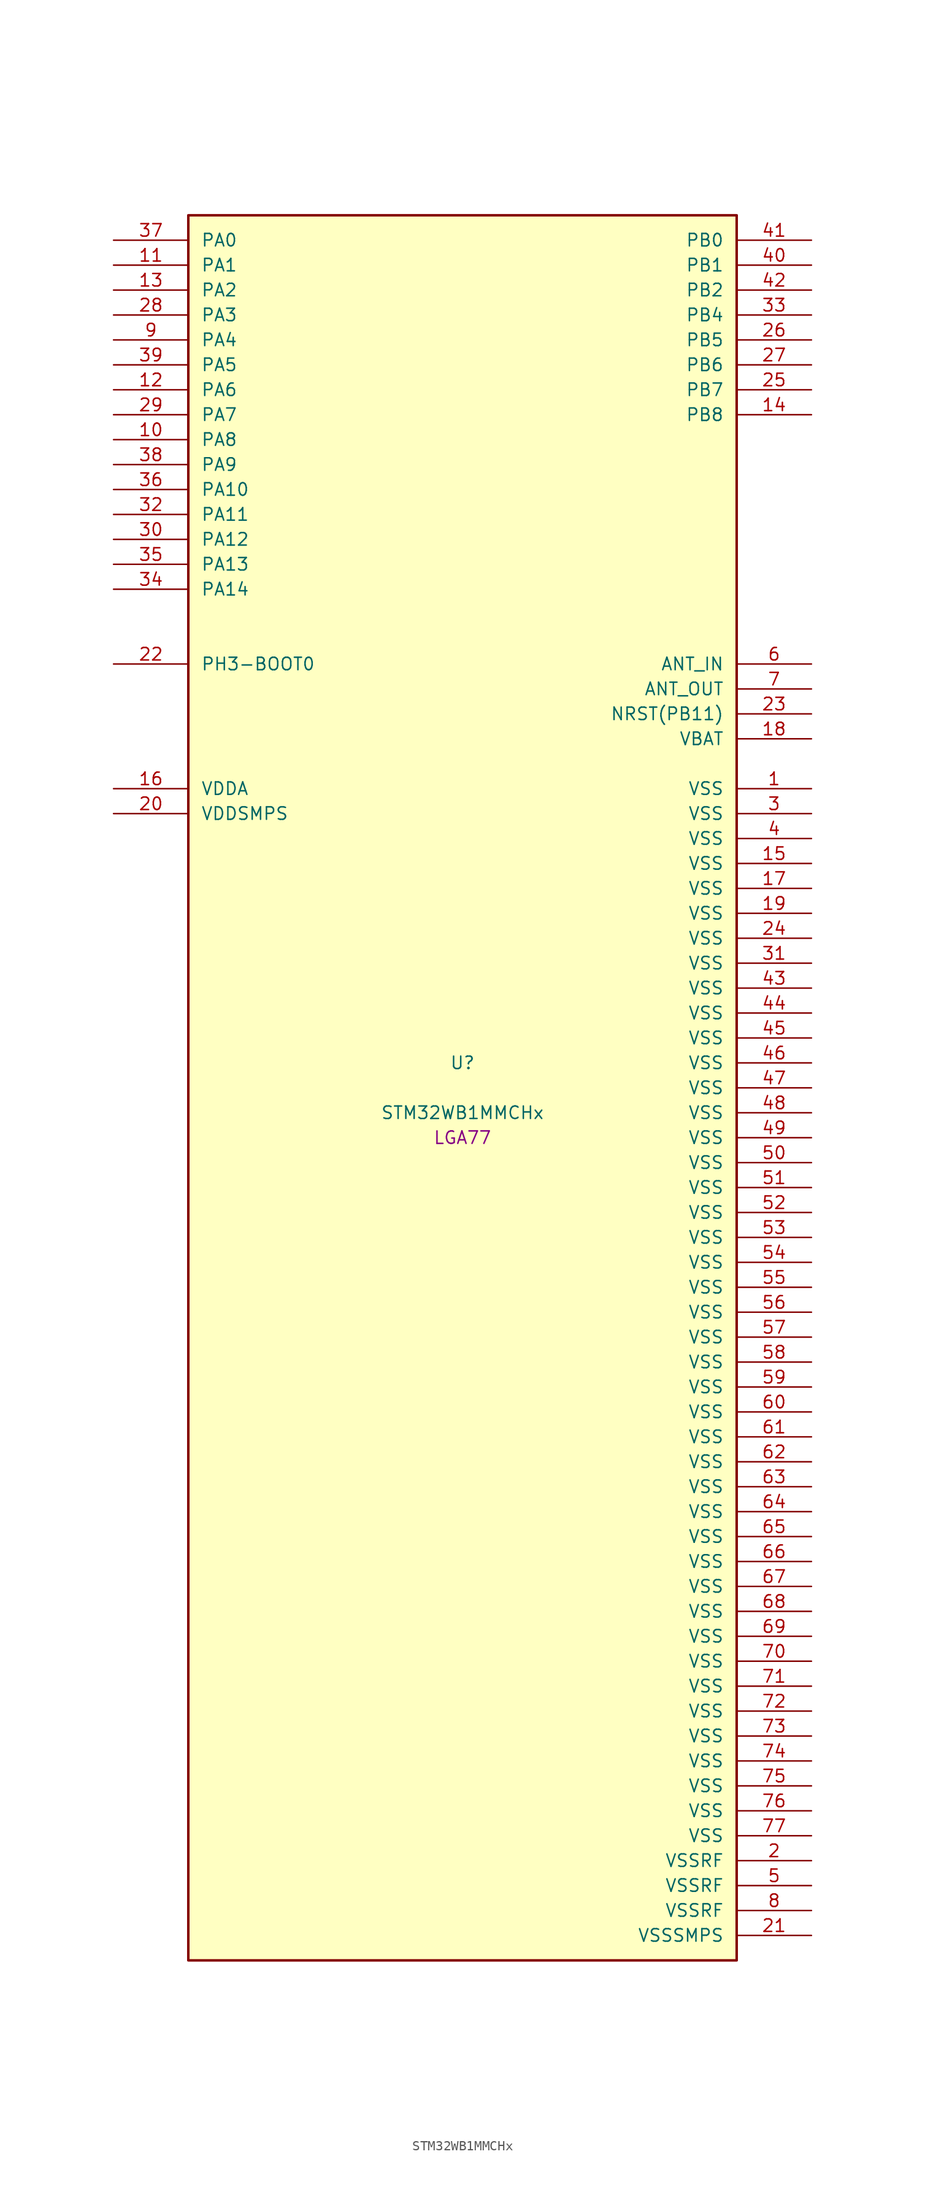
<source format=kicad_sym>
(kicad_symbol_lib
  (version 20241209)
  (generator "stm32_pkl_generator")
  (generator_version "1.0")
  (symbol "STM32WB1MMCHx"
    (pin_names
      (offset 1.27))
    (property "Reference" "U"
      (at 0 2.54 0))
    (property "Value" "STM32WB1MMCHx"
      (at 0 -2.54 0))
    (property "Footprint" "LGA77"
      (at 0 -5.08 0))
    (symbol "STM32WB1MMCHx_1_1"
      (rectangle (start -27.94 88.9) (end 27.94 -88.9) (stroke (width 0.254) (type solid)) (fill (type background)))
      (pin bidirectional line (at -35.56 86.36 0) (length 7.62) (name "PA0") (number "37") (alternate "PA0/ADC1_IN5" bidirectional line) (alternate "PA0/COMP1_INM" bidirectional line) (alternate "PA0/COMP1_OUT" bidirectional line) (alternate "PA0/RTC_TAMP2" bidirectional line) (alternate "PA0/SYS_WKUP1" bidirectional line) (alternate "PA0/TIM2_CH1" bidirectional line) (alternate "PA0/TIM2_ETR" bidirectional line))
      (pin bidirectional line (at -35.56 83.82 0) (length 7.62) (name "PA1") (number "11") (alternate "PA1/ADC1_IN6" bidirectional line) (alternate "PA1/COMP1_INP" bidirectional line) (alternate "PA1/I2C1_SMBA" bidirectional line) (alternate "PA1/SPI1_SCK" bidirectional line) (alternate "PA1/TIM2_CH2" bidirectional line))
      (pin bidirectional line (at -35.56 81.28 0) (length 7.62) (name "PA2") (number "13") (alternate "PA2/ADC1_IN7" bidirectional line) (alternate "PA2/LPUART1_TX" bidirectional line) (alternate "PA2/RCC_LSCO" bidirectional line) (alternate "PA2/SYS_WKUP4" bidirectional line) (alternate "PA2/TIM2_CH3" bidirectional line))
      (pin bidirectional line (at -35.56 78.74 0) (length 7.62) (name "PA3") (number "28") (alternate "PA3/ADC1_IN8" bidirectional line) (alternate "PA3/LPUART1_RX" bidirectional line) (alternate "PA3/TIM2_CH4" bidirectional line))
      (pin bidirectional line (at -35.56 76.2 0) (length 7.62) (name "PA4") (number "9") (alternate "PA4/ADC1_IN9" bidirectional line) (alternate "PA4/COMP1_INM" bidirectional line) (alternate "PA4/LPTIM2_OUT" bidirectional line) (alternate "PA4/SPI1_NSS" bidirectional line))
      (pin bidirectional line (at -35.56 73.66 0) (length 7.62) (name "PA5") (number "39") (alternate "PA5/ADC1_IN10" bidirectional line) (alternate "PA5/COMP1_INM" bidirectional line) (alternate "PA5/LPTIM2_ETR" bidirectional line) (alternate "PA5/SPI1_MOSI" bidirectional line) (alternate "PA5/SPI1_SCK" bidirectional line) (alternate "PA5/TIM2_CH1" bidirectional line) (alternate "PA5/TIM2_ETR" bidirectional line))
      (pin bidirectional line (at -35.56 71.12 0) (length 7.62) (name "PA6") (number "12") (alternate "PA6/ADC1_IN11" bidirectional line) (alternate "PA6/LPUART1_CTS" bidirectional line) (alternate "PA6/SPI1_MISO" bidirectional line) (alternate "PA6/TIM1_BKIN" bidirectional line))
      (pin bidirectional line (at -35.56 68.58 0) (length 7.62) (name "PA7") (number "29") (alternate "PA7/ADC1_IN2" bidirectional line) (alternate "PA7/SPI1_MOSI" bidirectional line) (alternate "PA7/TIM1_CH1N" bidirectional line))
      (pin bidirectional line (at -35.56 66.04 0) (length 7.62) (name "PA8") (number "10") (alternate "PA8/ADC1_IN3" bidirectional line) (alternate "PA8/LPTIM2_OUT" bidirectional line) (alternate "PA8/RCC_MCO" bidirectional line) (alternate "PA8/TIM1_CH1" bidirectional line) (alternate "PA8/USART1_CK" bidirectional line))
      (pin bidirectional line (at -35.56 63.5 0) (length 7.62) (name "PA9") (number "38") (alternate "PA9/ADC1_IN4" bidirectional line) (alternate "PA9/COMP1_INM" bidirectional line) (alternate "PA9/I2C1_SCL" bidirectional line) (alternate "PA9/TIM1_CH2" bidirectional line) (alternate "PA9/USART1_TX" bidirectional line))
      (pin bidirectional line (at -35.56 60.96 0) (length 7.62) (name "PA10") (number "36") (alternate "PA10/I2C1_SDA" bidirectional line) (alternate "PA10/TIM1_CH3" bidirectional line) (alternate "PA10/TSC_G7_IO2" bidirectional line) (alternate "PA10/USART1_RX" bidirectional line))
      (pin bidirectional line (at -35.56 58.42 0) (length 7.62) (name "PA11") (number "32") (alternate "PA11/ADC1_EXTI11" bidirectional line) (alternate "PA11/SPI1_MISO" bidirectional line) (alternate "PA11/TIM1_BKIN2" bidirectional line) (alternate "PA11/TIM1_CH4" bidirectional line) (alternate "PA11/USART1_CTS" bidirectional line) (alternate "PA11/USART1_NSS" bidirectional line))
      (pin bidirectional line (at -35.56 55.88 0) (length 7.62) (name "PA12") (number "30") (alternate "PA12/LPUART1_RX" bidirectional line) (alternate "PA12/SPI1_MOSI" bidirectional line) (alternate "PA12/TIM1_ETR" bidirectional line) (alternate "PA12/USART1_DE" bidirectional line) (alternate "PA12/USART1_RTS" bidirectional line))
      (pin bidirectional line (at -35.56 53.34 0) (length 7.62) (name "PA13") (number "35") (alternate "PA13/SPI1_MOSI" bidirectional line) (alternate "PA13/SYS_JTMS-SWDIO" bidirectional line) (alternate "PA13/TSC_G7_IO1" bidirectional line))
      (pin bidirectional line (at -35.56 50.8 0) (length 7.62) (name "PA14") (number "34") (alternate "PA14/I2C1_SMBA" bidirectional line) (alternate "PA14/LPTIM1_OUT" bidirectional line) (alternate "PA14/SPI1_NSS" bidirectional line) (alternate "PA14/SYS_JTCK-SWCLK" bidirectional line))
      (pin bidirectional line (at 35.56 86.36 180) (length 7.62) (name "PB0") (number "41") (alternate "PB0/COMP1_OUT" bidirectional line) (alternate "PB0/RF_TX_MOD_EXT_PA" bidirectional line))
      (pin bidirectional line (at 35.56 83.82 180) (length 7.62) (name "PB1") (number "40") (alternate "PB1/LPTIM2_IN1" bidirectional line) (alternate "PB1/LPUART1_DE" bidirectional line) (alternate "PB1/LPUART1_RTS" bidirectional line))
      (pin bidirectional line (at 35.56 81.28 180) (length 7.62) (name "PB2") (number "42") (alternate "PB2/COMP1_INP" bidirectional line) (alternate "PB2/LPTIM1_OUT" bidirectional line) (alternate "PB2/RTC_OUT" bidirectional line) (alternate "PB2/SPI1_NSS" bidirectional line))
      (pin bidirectional line (at 35.56 78.74 180) (length 7.62) (name "PB4") (number "33") (alternate "PB4/SPI1_MISO" bidirectional line) (alternate "PB4/SYS_JTRST" bidirectional line) (alternate "PB4/TSC_G2_IO1" bidirectional line) (alternate "PB4/USART1_CTS" bidirectional line) (alternate "PB4/USART1_NSS" bidirectional line))
      (pin bidirectional line (at 35.56 76.2 180) (length 7.62) (name "PB5") (number "26") (alternate "PB5/I2C1_SMBA" bidirectional line) (alternate "PB5/LPTIM1_IN1" bidirectional line) (alternate "PB5/LPUART1_TX" bidirectional line) (alternate "PB5/SPI1_MOSI" bidirectional line) (alternate "PB5/TSC_G2_IO2" bidirectional line) (alternate "PB5/USART1_CK" bidirectional line))
      (pin bidirectional line (at 35.56 73.66 180) (length 7.62) (name "PB6") (number "27") (alternate "PB6/I2C1_SCL" bidirectional line) (alternate "PB6/LPTIM1_ETR" bidirectional line) (alternate "PB6/RCC_MCO" bidirectional line) (alternate "PB6/SPI1_NSS" bidirectional line) (alternate "PB6/TSC_G2_IO3" bidirectional line) (alternate "PB6/USART1_TX" bidirectional line))
      (pin bidirectional line (at 35.56 71.12 180) (length 7.62) (name "PB7") (number "25") (alternate "PB7/I2C1_SDA" bidirectional line) (alternate "PB7/LPTIM1_IN2" bidirectional line) (alternate "PB7/SYS_PVD_IN" bidirectional line) (alternate "PB7/TIM1_BKIN" bidirectional line) (alternate "PB7/TIM1_CH3" bidirectional line) (alternate "PB7/TSC_G2_IO4" bidirectional line) (alternate "PB7/USART1_RX" bidirectional line))
      (pin bidirectional line (at 35.56 68.58 180) (length 7.62) (name "PB8") (number "14") (alternate "PB8/I2C1_SCL" bidirectional line) (alternate "PB8/TIM1_CH2N" bidirectional line) (alternate "PB8/TSC_G7_IO3" bidirectional line))
      (pin bidirectional line (at -35.56 43.18 0) (length 7.62) (name "PH3-BOOT0") (number "22") (alternate "PH3-BOOT0/RCC_LSCO" bidirectional line))
      (pin bidirectional line (at 35.56 43.18 180) (length 7.62) (name "ANT_IN") (number "6"))
      (pin bidirectional line (at 35.56 40.64 180) (length 7.62) (name "ANT_OUT") (number "7"))
      (pin input line (at 35.56 38.1 180) (length 7.62) (name "NRST(PB11)") (number "23"))
      (pin power_in line (at 35.56 35.56 180) (length 7.62) (name "VBAT") (number "18"))
      (pin power_in line (at -35.56 30.48 0) (length 7.62) (name "VDDA") (number "16"))
      (pin power_in line (at -35.56 27.94 0) (length 7.62) (name "VDDSMPS") (number "20"))
      (pin power_in line (at 35.56 30.48 180) (length 7.62) (name "VSS") (number "1"))
      (pin power_in line (at 35.56 27.94 180) (length 7.62) (name "VSS") (number "3"))
      (pin power_in line (at 35.56 25.4 180) (length 7.62) (name "VSS") (number "4"))
      (pin power_in line (at 35.56 22.86 180) (length 7.62) (name "VSS") (number "15"))
      (pin power_in line (at 35.56 20.32 180) (length 7.62) (name "VSS") (number "17"))
      (pin power_in line (at 35.56 17.78 180) (length 7.62) (name "VSS") (number "19"))
      (pin power_in line (at 35.56 15.24 180) (length 7.62) (name "VSS") (number "24"))
      (pin power_in line (at 35.56 12.7 180) (length 7.62) (name "VSS") (number "31"))
      (pin power_in line (at 35.56 10.16 180) (length 7.62) (name "VSS") (number "43"))
      (pin power_in line (at 35.56 7.62 180) (length 7.62) (name "VSS") (number "44"))
      (pin power_in line (at 35.56 5.08 180) (length 7.62) (name "VSS") (number "45"))
      (pin power_in line (at 35.56 2.54 180) (length 7.62) (name "VSS") (number "46"))
      (pin power_in line (at 35.56 0 180) (length 7.62) (name "VSS") (number "47"))
      (pin power_in line (at 35.56 -2.54 180) (length 7.62) (name "VSS") (number "48"))
      (pin power_in line (at 35.56 -5.08 180) (length 7.62) (name "VSS") (number "49"))
      (pin power_in line (at 35.56 -7.62 180) (length 7.62) (name "VSS") (number "50"))
      (pin power_in line (at 35.56 -10.16 180) (length 7.62) (name "VSS") (number "51"))
      (pin power_in line (at 35.56 -12.7 180) (length 7.62) (name "VSS") (number "52"))
      (pin power_in line (at 35.56 -15.24 180) (length 7.62) (name "VSS") (number "53"))
      (pin power_in line (at 35.56 -17.78 180) (length 7.62) (name "VSS") (number "54"))
      (pin power_in line (at 35.56 -20.32 180) (length 7.62) (name "VSS") (number "55"))
      (pin power_in line (at 35.56 -22.86 180) (length 7.62) (name "VSS") (number "56"))
      (pin power_in line (at 35.56 -25.4 180) (length 7.62) (name "VSS") (number "57"))
      (pin power_in line (at 35.56 -27.94 180) (length 7.62) (name "VSS") (number "58"))
      (pin power_in line (at 35.56 -30.48 180) (length 7.62) (name "VSS") (number "59"))
      (pin power_in line (at 35.56 -33.02 180) (length 7.62) (name "VSS") (number "60"))
      (pin power_in line (at 35.56 -35.56 180) (length 7.62) (name "VSS") (number "61"))
      (pin power_in line (at 35.56 -38.1 180) (length 7.62) (name "VSS") (number "62"))
      (pin power_in line (at 35.56 -40.64 180) (length 7.62) (name "VSS") (number "63"))
      (pin power_in line (at 35.56 -43.18 180) (length 7.62) (name "VSS") (number "64"))
      (pin power_in line (at 35.56 -45.72 180) (length 7.62) (name "VSS") (number "65"))
      (pin power_in line (at 35.56 -48.26 180) (length 7.62) (name "VSS") (number "66"))
      (pin power_in line (at 35.56 -50.8 180) (length 7.62) (name "VSS") (number "67"))
      (pin power_in line (at 35.56 -53.34 180) (length 7.62) (name "VSS") (number "68"))
      (pin power_in line (at 35.56 -55.88 180) (length 7.62) (name "VSS") (number "69"))
      (pin power_in line (at 35.56 -58.42 180) (length 7.62) (name "VSS") (number "70"))
      (pin power_in line (at 35.56 -60.96 180) (length 7.62) (name "VSS") (number "71"))
      (pin power_in line (at 35.56 -63.5 180) (length 7.62) (name "VSS") (number "72"))
      (pin power_in line (at 35.56 -66.04 180) (length 7.62) (name "VSS") (number "73"))
      (pin power_in line (at 35.56 -68.58 180) (length 7.62) (name "VSS") (number "74"))
      (pin power_in line (at 35.56 -71.12 180) (length 7.62) (name "VSS") (number "75"))
      (pin power_in line (at 35.56 -73.66 180) (length 7.62) (name "VSS") (number "76"))
      (pin power_in line (at 35.56 -76.2 180) (length 7.62) (name "VSS") (number "77"))
      (pin power_in line (at 35.56 -78.74 180) (length 7.62) (name "VSSRF") (number "2"))
      (pin power_in line (at 35.56 -81.28 180) (length 7.62) (name "VSSRF") (number "5"))
      (pin power_in line (at 35.56 -83.82 180) (length 7.62) (name "VSSRF") (number "8"))
      (pin power_in line (at 35.56 -86.36 180) (length 7.62) (name "VSSSMPS") (number "21")))))
</source>
